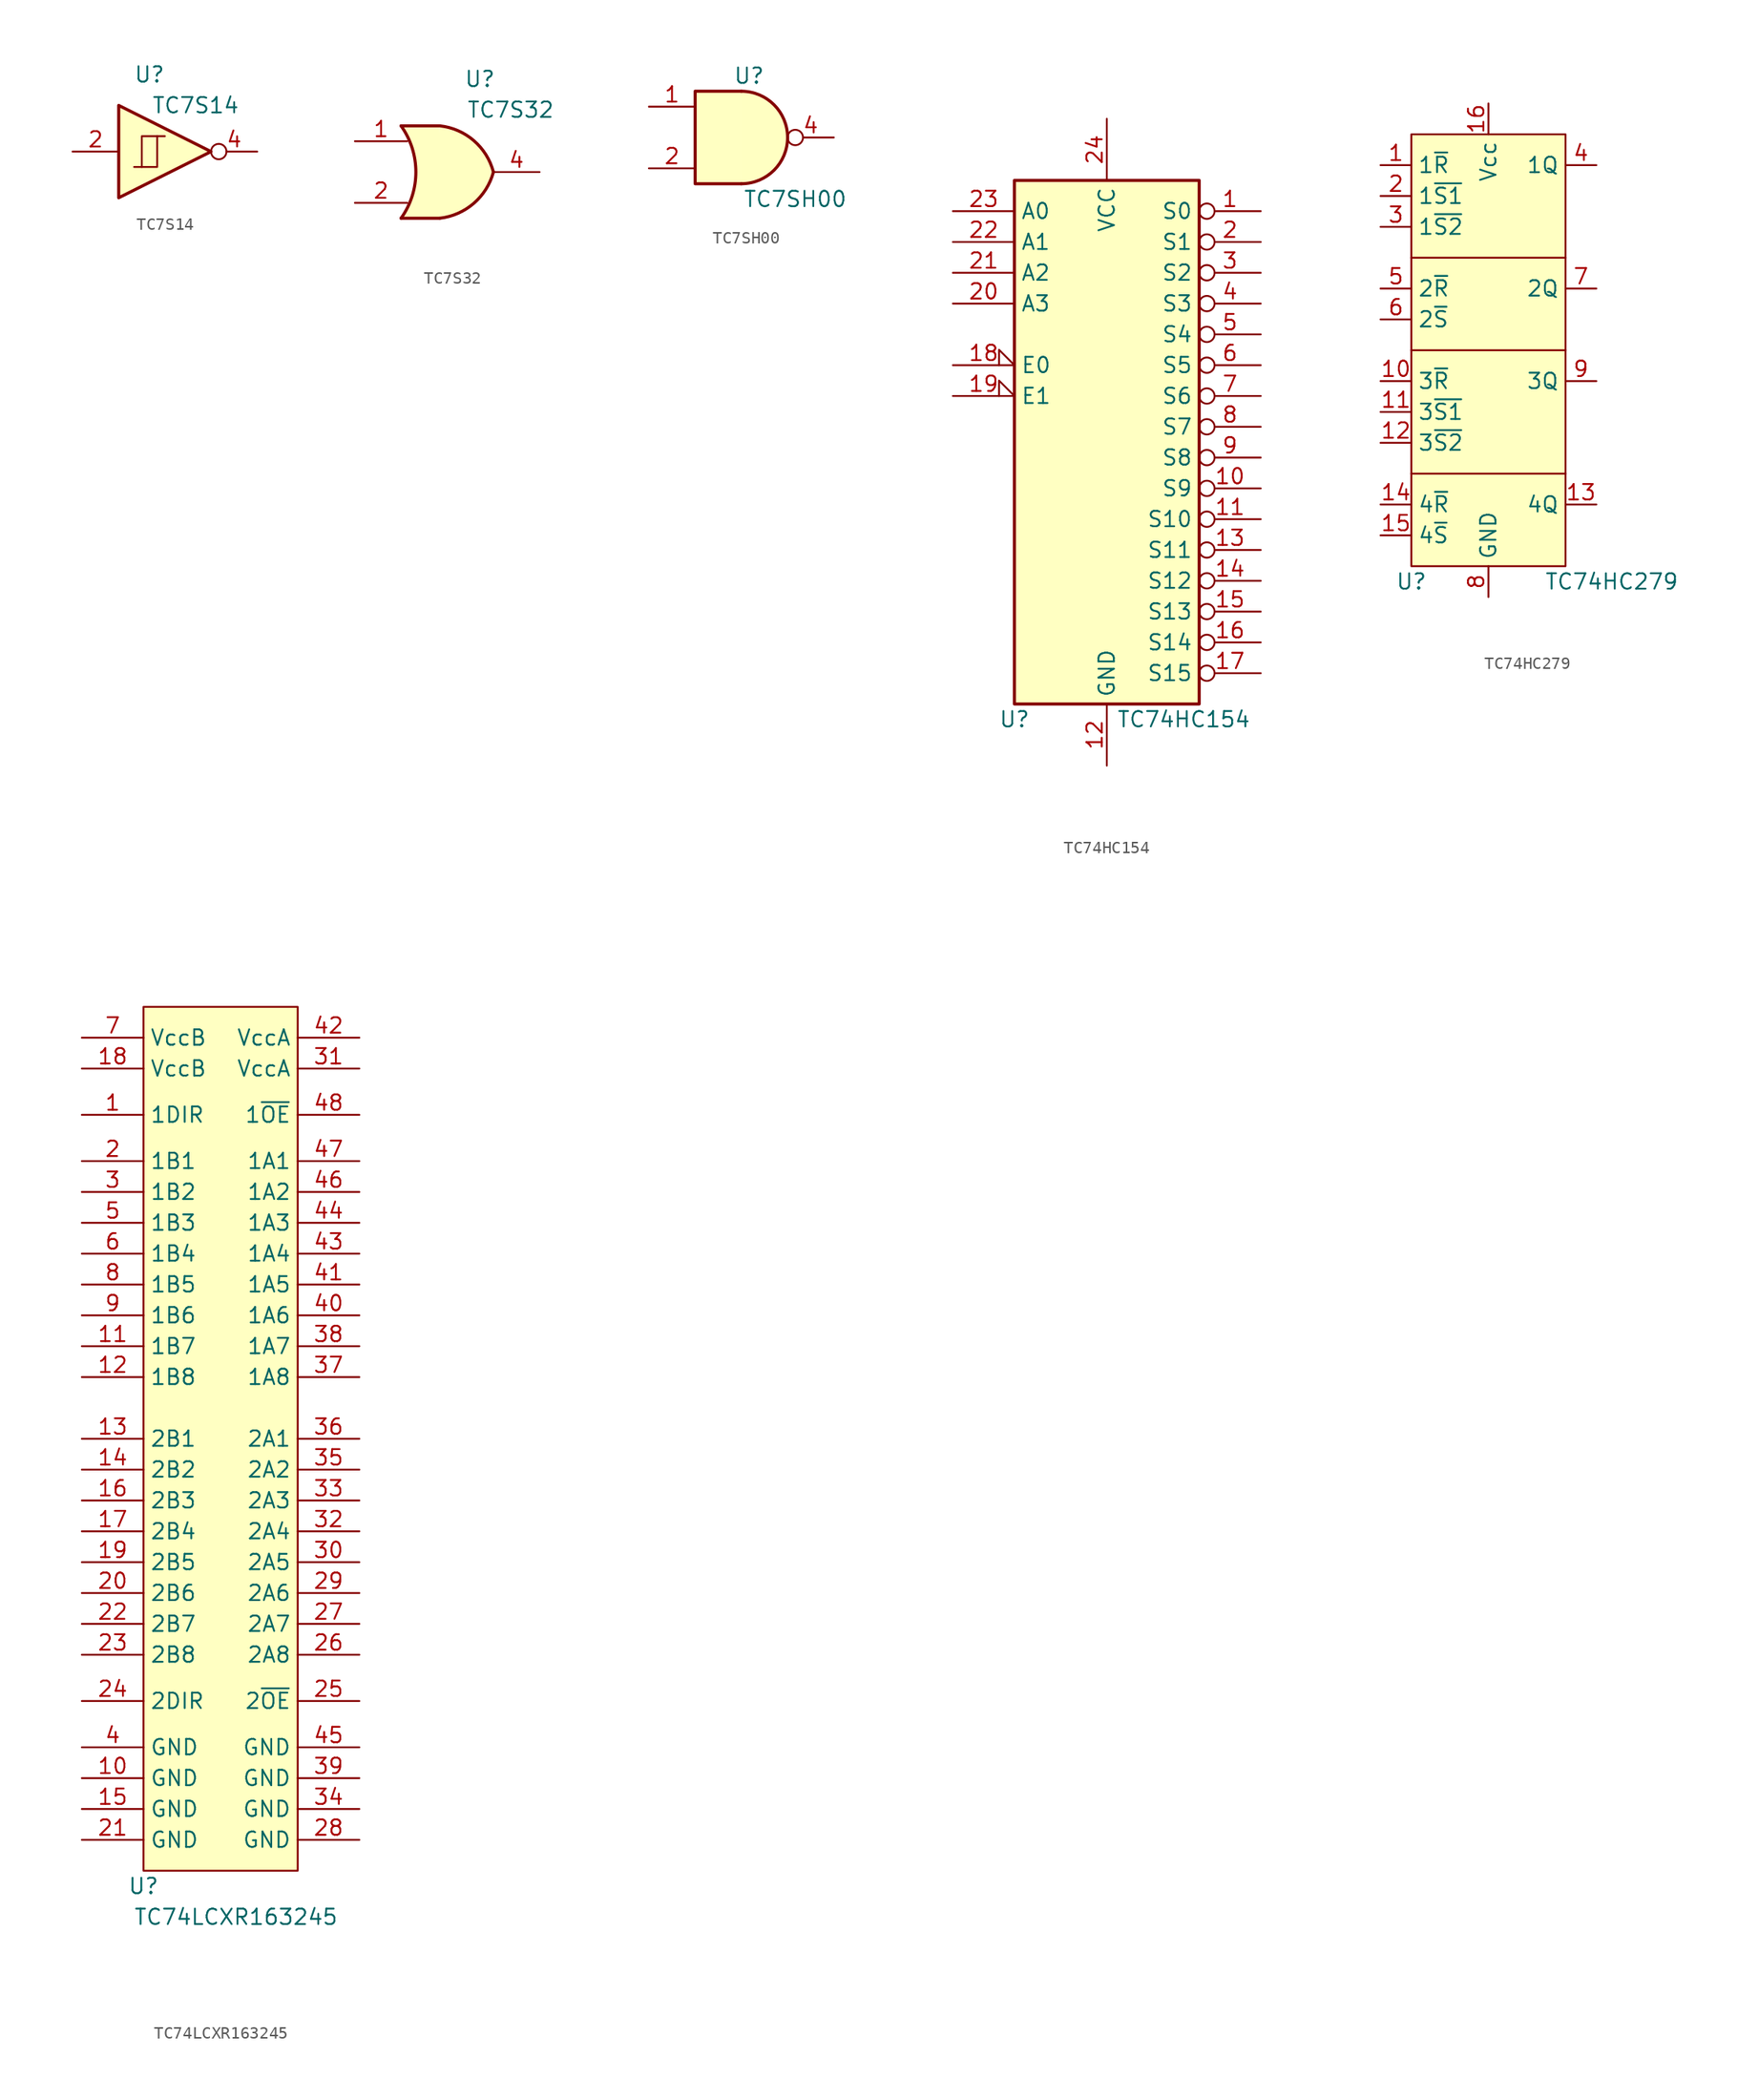
<source format=kicad_sym>
(kicad_symbol_lib
  (version 20211014)
  (generator kicad_symbol_editor)
  (symbol "TC7S14"
    (property "Reference" "U"
      (at 0 6.35 0)
      (effects (font (size 1.27 1.27))))
    (property "Value" "TC7S14"
      (at 3.81 3.81 0)
      (effects (font (size 1.27 1.27))))
    (symbol "TC7S14_1_0"
      (polyline (pts (xy -2.54 3.81) (xy -2.54 -3.81) (xy 5.08 0) (xy -2.54 3.81)) (stroke (width 0.254) (type default) (color 0 0 0 0)) (fill (type background)))
      (pin input line (at -6.35 0 0) (length 3.81) (name "~" (effects (font (size 1.27 1.27)))) (number "2" (effects (font (size 1.27 1.27)))))
      (pin output inverted (at 8.89 0 180) (length 3.81) (name "~" (effects (font (size 1.27 1.27)))) (number "4" (effects (font (size 1.27 1.27))))))
    (symbol "TC7S14_1_1"
      (polyline (pts (xy -0.635 -1.27) (xy -0.635 1.27) (xy 0.635 1.27)) (stroke (width 0) (type default) (color 0 0 0 0)) (fill (type none)))
      (polyline (pts (xy -1.27 -1.27) (xy 0.635 -1.27) (xy 0.635 1.27) (xy 1.27 1.27)) (stroke (width 0) (type default) (color 0 0 0 0)) (fill (type none)))))
  (symbol "TC7S32"
    (property "Reference" "U"
      (at 3.81 7.62 0)
      (effects (font (size 1.27 1.27))))
    (property "Value" "TC7S32"
      (at 6.35 5.08 0)
      (effects (font (size 1.27 1.27))))
    (symbol "TC7S32_1_1"
      (arc (start -2.6926 -3.8608) (mid -1.4716 -0.0508) (end -2.6926 3.7592) (stroke (width 0.254) (type default) (color 0 0 0 0)) (fill (type none)))
      (polyline (pts (xy -2.693 -3.861) (xy 0.482 -3.861)) (stroke (width 0.254) (type default) (color 0 0 0 0)) (fill (type background)))
      (polyline (pts (xy -2.693 3.759) (xy 0.482 3.759)) (stroke (width 0.254) (type default) (color 0 0 0 0)) (fill (type background)))
      (polyline (pts (xy 0.482 3.759) (xy -2.693 3.759) (xy -2.693 3.759) (xy -2.439 3.353) (xy -1.905 2.21) (xy -1.575 0.991) (xy -1.499 -0.305) (xy -1.651 -1.549) (xy -2.058 -2.769) (xy -2.693 -3.861) (xy -2.693 -3.861) (xy 0.482 -3.861)) (stroke (width -25.4) (type default) (color 0 0 0 0)) (fill (type background)))
      (arc (start 0.5078 -3.8608) (mid 3.3029 -2.6348) (end 4.9274 -0.0508) (stroke (width 0.254) (type default) (color 0 0 0 0)) (fill (type background)))
      (arc (start 4.9274 -0.0508) (mid 3.3102 2.5417) (end 0.5078 3.7592) (stroke (width 0.254) (type default) (color 0 0 0 0)) (fill (type background)))
      (pin input line (at -6.503 2.489 0) (length 4.318) (name "~" (effects (font (size 1.27 1.27)))) (number "1" (effects (font (size 1.27 1.27)))))
      (pin input line (at -6.503 -2.591 0) (length 4.318) (name "~" (effects (font (size 1.27 1.27)))) (number "2" (effects (font (size 1.27 1.27)))))
      (pin power_in line (at 0 -3.81 270) (length 2.54) hide (name "GND" (effects (font (size 1.27 1.27)))) (number "3" (effects (font (size 1.27 1.27)))))
      (pin output line (at 8.737 -0.051 180) (length 3.81) (name "~" (effects (font (size 1.27 1.27)))) (number "4" (effects (font (size 1.27 1.27)))))
      (pin power_in line (at 0 3.81 90) (length 2.54) hide (name "Vcc" (effects (font (size 1.27 1.27)))) (number "5" (effects (font (size 1.27 1.27)))))))
  (symbol "TC7SH00"
    (property "Reference" "U"
      (at 0.635 5.08 0)
      (effects (font (size 1.27 1.27))))
    (property "Value" "TC7SH00"
      (at 4.445 -5.08 0)
      (effects (font (size 1.27 1.27))))
    (symbol "TC7SH00_1_1"
      (arc (start 0 -3.81) (mid 3.81 0) (end 0 3.81) (stroke (width 0.254) (type default) (color 0 0 0 0)) (fill (type background)))
      (polyline (pts (xy 0 3.81) (xy -3.81 3.81) (xy -3.81 -3.81) (xy 0 -3.81)) (stroke (width 0.254) (type default) (color 0 0 0 0)) (fill (type background)))
      (pin input line (at -7.62 2.54 0) (length 3.81) (name "~" (effects (font (size 1.27 1.27)))) (number "1" (effects (font (size 1.27 1.27)))))
      (pin input line (at -7.62 -2.54 0) (length 3.81) (name "~" (effects (font (size 1.27 1.27)))) (number "2" (effects (font (size 1.27 1.27)))))
      (pin output inverted (at 7.62 0 180) (length 3.81) (name "~" (effects (font (size 1.27 1.27)))) (number "4" (effects (font (size 1.27 1.27)))))))
  (symbol "TC74HC154"
    (property "Reference" "U"
      (at -7.62 -24.13 0)
      (effects (font (size 1.27 1.27))))
    (property "Value" "TC74HC154"
      (at 6.35 -24.13 0)
      (effects (font (size 1.27 1.27))))
    (symbol "TC74HC154_1_0"
      (pin output inverted (at 12.7 17.78 180) (length 5.08) (name "S0" (effects (font (size 1.27 1.27)))) (number "1" (effects (font (size 1.27 1.27)))))
      (pin output inverted (at 12.7 -5.08 180) (length 5.08) (name "S9" (effects (font (size 1.27 1.27)))) (number "10" (effects (font (size 1.27 1.27)))))
      (pin output inverted (at 12.7 -7.62 180) (length 5.08) (name "S10" (effects (font (size 1.27 1.27)))) (number "11" (effects (font (size 1.27 1.27)))))
      (pin power_in line (at 0 -27.94 90) (length 5.08) (name "GND" (effects (font (size 1.27 1.27)))) (number "12" (effects (font (size 1.27 1.27)))))
      (pin output inverted (at 12.7 -10.16 180) (length 5.08) (name "S11" (effects (font (size 1.27 1.27)))) (number "13" (effects (font (size 1.27 1.27)))))
      (pin output inverted (at 12.7 -12.7 180) (length 5.08) (name "S12" (effects (font (size 1.27 1.27)))) (number "14" (effects (font (size 1.27 1.27)))))
      (pin output inverted (at 12.7 -15.24 180) (length 5.08) (name "S13" (effects (font (size 1.27 1.27)))) (number "15" (effects (font (size 1.27 1.27)))))
      (pin output inverted (at 12.7 -17.78 180) (length 5.08) (name "S14" (effects (font (size 1.27 1.27)))) (number "16" (effects (font (size 1.27 1.27)))))
      (pin output inverted (at 12.7 -20.32 180) (length 5.08) (name "S15" (effects (font (size 1.27 1.27)))) (number "17" (effects (font (size 1.27 1.27)))))
      (pin input input_low (at -12.7 5.08 0) (length 5.08) (name "E0" (effects (font (size 1.27 1.27)))) (number "18" (effects (font (size 1.27 1.27)))))
      (pin input input_low (at -12.7 2.54 0) (length 5.08) (name "E1" (effects (font (size 1.27 1.27)))) (number "19" (effects (font (size 1.27 1.27)))))
      (pin output inverted (at 12.7 15.24 180) (length 5.08) (name "S1" (effects (font (size 1.27 1.27)))) (number "2" (effects (font (size 1.27 1.27)))))
      (pin input line (at -12.7 10.16 0) (length 5.08) (name "A3" (effects (font (size 1.27 1.27)))) (number "20" (effects (font (size 1.27 1.27)))))
      (pin input line (at -12.7 12.7 0) (length 5.08) (name "A2" (effects (font (size 1.27 1.27)))) (number "21" (effects (font (size 1.27 1.27)))))
      (pin input line (at -12.7 15.24 0) (length 5.08) (name "A1" (effects (font (size 1.27 1.27)))) (number "22" (effects (font (size 1.27 1.27)))))
      (pin input line (at -12.7 17.78 0) (length 5.08) (name "A0" (effects (font (size 1.27 1.27)))) (number "23" (effects (font (size 1.27 1.27)))))
      (pin power_in line (at 0 25.4 270) (length 5.08) (name "VCC" (effects (font (size 1.27 1.27)))) (number "24" (effects (font (size 1.27 1.27)))))
      (pin output inverted (at 12.7 12.7 180) (length 5.08) (name "S2" (effects (font (size 1.27 1.27)))) (number "3" (effects (font (size 1.27 1.27)))))
      (pin output inverted (at 12.7 10.16 180) (length 5.08) (name "S3" (effects (font (size 1.27 1.27)))) (number "4" (effects (font (size 1.27 1.27)))))
      (pin output inverted (at 12.7 7.62 180) (length 5.08) (name "S4" (effects (font (size 1.27 1.27)))) (number "5" (effects (font (size 1.27 1.27)))))
      (pin output inverted (at 12.7 5.08 180) (length 5.08) (name "S5" (effects (font (size 1.27 1.27)))) (number "6" (effects (font (size 1.27 1.27)))))
      (pin output inverted (at 12.7 2.54 180) (length 5.08) (name "S6" (effects (font (size 1.27 1.27)))) (number "7" (effects (font (size 1.27 1.27)))))
      (pin output inverted (at 12.7 0 180) (length 5.08) (name "S7" (effects (font (size 1.27 1.27)))) (number "8" (effects (font (size 1.27 1.27)))))
      (pin output inverted (at 12.7 -2.54 180) (length 5.08) (name "S8" (effects (font (size 1.27 1.27)))) (number "9" (effects (font (size 1.27 1.27))))))
    (symbol "TC74HC154_1_1"
      (rectangle (start -7.62 20.32) (end 7.62 -22.86) (stroke (width 0.254) (type default) (color 0 0 0 0)) (fill (type background)))))
  (symbol "TC74HC279"
    (property "Reference" "U"
      (at -6.35 -19.05 0)
      (effects (font (size 1.27 1.27))))
    (property "Value" "TC74HC279"
      (at 10.16 -19.05 0)
      (effects (font (size 1.27 1.27))))
    (symbol "TC74HC279_0_1"
      (rectangle (start -6.35 17.78) (end 6.35 -17.78) (stroke (width 0) (type default) (color 0 0 0 0)) (fill (type background)))
      (polyline (pts (xy -6.35 -10.16) (xy 6.35 -10.16)) (stroke (width 0) (type default) (color 0 0 0 0)) (fill (type none)))
      (polyline (pts (xy -6.35 0) (xy 6.35 0)) (stroke (width 0) (type default) (color 0 0 0 0)) (fill (type none)))
      (polyline (pts (xy -6.35 7.62) (xy 6.35 7.62)) (stroke (width 0) (type default) (color 0 0 0 0)) (fill (type none))))
    (symbol "TC74HC279_1_1"
      (pin input line (at -8.89 15.24 0) (length 2.54) (name "1~{R}" (effects (font (size 1.27 1.27)))) (number "1" (effects (font (size 1.27 1.27)))))
      (pin input line (at -8.89 -2.54 0) (length 2.54) (name "3~{R}" (effects (font (size 1.27 1.27)))) (number "10" (effects (font (size 1.27 1.27)))))
      (pin input line (at -8.89 -5.08 0) (length 2.54) (name "3~{S1}" (effects (font (size 1.27 1.27)))) (number "11" (effects (font (size 1.27 1.27)))))
      (pin input line (at -8.89 -7.62 0) (length 2.54) (name "3~{S2}" (effects (font (size 1.27 1.27)))) (number "12" (effects (font (size 1.27 1.27)))))
      (pin output line (at 8.89 -12.7 180) (length 2.54) (name "4Q" (effects (font (size 1.27 1.27)))) (number "13" (effects (font (size 1.27 1.27)))))
      (pin input line (at -8.89 -12.7 0) (length 2.54) (name "4~{R}" (effects (font (size 1.27 1.27)))) (number "14" (effects (font (size 1.27 1.27)))))
      (pin input line (at -8.89 -15.24 0) (length 2.54) (name "4~{S}" (effects (font (size 1.27 1.27)))) (number "15" (effects (font (size 1.27 1.27)))))
      (pin power_in line (at 0 20.32 270) (length 2.54) (name "Vcc" (effects (font (size 1.27 1.27)))) (number "16" (effects (font (size 1.27 1.27)))))
      (pin input line (at -8.89 12.7 0) (length 2.54) (name "1~{S1}" (effects (font (size 1.27 1.27)))) (number "2" (effects (font (size 1.27 1.27)))))
      (pin input line (at -8.89 10.16 0) (length 2.54) (name "1~{S2}" (effects (font (size 1.27 1.27)))) (number "3" (effects (font (size 1.27 1.27)))))
      (pin output line (at 8.89 15.24 180) (length 2.54) (name "1Q" (effects (font (size 1.27 1.27)))) (number "4" (effects (font (size 1.27 1.27)))))
      (pin input line (at -8.89 5.08 0) (length 2.54) (name "2~{R}" (effects (font (size 1.27 1.27)))) (number "5" (effects (font (size 1.27 1.27)))))
      (pin input line (at -8.89 2.54 0) (length 2.54) (name "2~{S}" (effects (font (size 1.27 1.27)))) (number "6" (effects (font (size 1.27 1.27)))))
      (pin output line (at 8.89 5.08 180) (length 2.54) (name "2Q" (effects (font (size 1.27 1.27)))) (number "7" (effects (font (size 1.27 1.27)))))
      (pin power_in line (at 0 -20.32 90) (length 2.54) (name "GND" (effects (font (size 1.27 1.27)))) (number "8" (effects (font (size 1.27 1.27)))))
      (pin output line (at 8.89 -2.54 180) (length 2.54) (name "3Q" (effects (font (size 1.27 1.27)))) (number "9" (effects (font (size 1.27 1.27)))))))
  (symbol "TC74LCXR163245"
    (property "Reference" "U"
      (at -6.35 -33.02 0)
      (effects (font (size 1.27 1.27))))
    (property "Value" "TC74LCXR163245"
      (at 1.27 -35.56 0)
      (effects (font (size 1.27 1.27))))
    (symbol "TC74LCXR163245_0_1"
      (rectangle (start -6.35 39.37) (end 6.35 -31.75) (stroke (width 0) (type default) (color 0 0 0 0)) (fill (type background))))
    (symbol "TC74LCXR163245_1_1"
      (pin input line (at -11.43 30.48 0) (length 5.08) (name "1DIR" (effects (font (size 1.27 1.27)))) (number "1" (effects (font (size 1.27 1.27)))))
      (pin power_in line (at -11.43 -24.13 0) (length 5.08) (name "GND" (effects (font (size 1.27 1.27)))) (number "10" (effects (font (size 1.27 1.27)))))
      (pin tri_state line (at -11.43 11.43 0) (length 5.08) (name "1B7" (effects (font (size 1.27 1.27)))) (number "11" (effects (font (size 1.27 1.27)))))
      (pin tri_state line (at -11.43 8.89 0) (length 5.08) (name "1B8" (effects (font (size 1.27 1.27)))) (number "12" (effects (font (size 1.27 1.27)))))
      (pin tri_state line (at -11.43 3.81 0) (length 5.08) (name "2B1" (effects (font (size 1.27 1.27)))) (number "13" (effects (font (size 1.27 1.27)))))
      (pin tri_state line (at -11.43 1.27 0) (length 5.08) (name "2B2" (effects (font (size 1.27 1.27)))) (number "14" (effects (font (size 1.27 1.27)))))
      (pin power_in line (at -11.43 -26.67 0) (length 5.08) (name "GND" (effects (font (size 1.27 1.27)))) (number "15" (effects (font (size 1.27 1.27)))))
      (pin tri_state line (at -11.43 -1.27 0) (length 5.08) (name "2B3" (effects (font (size 1.27 1.27)))) (number "16" (effects (font (size 1.27 1.27)))))
      (pin tri_state line (at -11.43 -3.81 0) (length 5.08) (name "2B4" (effects (font (size 1.27 1.27)))) (number "17" (effects (font (size 1.27 1.27)))))
      (pin power_in line (at -11.43 34.29 0) (length 5.08) (name "VccB" (effects (font (size 1.27 1.27)))) (number "18" (effects (font (size 1.27 1.27)))))
      (pin tri_state line (at -11.43 -6.35 0) (length 5.08) (name "2B5" (effects (font (size 1.27 1.27)))) (number "19" (effects (font (size 1.27 1.27)))))
      (pin tri_state line (at -11.43 26.67 0) (length 5.08) (name "1B1" (effects (font (size 1.27 1.27)))) (number "2" (effects (font (size 1.27 1.27)))))
      (pin tri_state line (at -11.43 -8.89 0) (length 5.08) (name "2B6" (effects (font (size 1.27 1.27)))) (number "20" (effects (font (size 1.27 1.27)))))
      (pin power_in line (at -11.43 -29.21 0) (length 5.08) (name "GND" (effects (font (size 1.27 1.27)))) (number "21" (effects (font (size 1.27 1.27)))))
      (pin tri_state line (at -11.43 -11.43 0) (length 5.08) (name "2B7" (effects (font (size 1.27 1.27)))) (number "22" (effects (font (size 1.27 1.27)))))
      (pin tri_state line (at -11.43 -13.97 0) (length 5.08) (name "2B8" (effects (font (size 1.27 1.27)))) (number "23" (effects (font (size 1.27 1.27)))))
      (pin input line (at -11.43 -17.78 0) (length 5.08) (name "2DIR" (effects (font (size 1.27 1.27)))) (number "24" (effects (font (size 1.27 1.27)))))
      (pin input line (at 11.43 -17.78 180) (length 5.08) (name "2~{OE}" (effects (font (size 1.27 1.27)))) (number "25" (effects (font (size 1.27 1.27)))))
      (pin tri_state line (at 11.43 -13.97 180) (length 5.08) (name "2A8" (effects (font (size 1.27 1.27)))) (number "26" (effects (font (size 1.27 1.27)))))
      (pin tri_state line (at 11.43 -11.43 180) (length 5.08) (name "2A7" (effects (font (size 1.27 1.27)))) (number "27" (effects (font (size 1.27 1.27)))))
      (pin power_in line (at 11.43 -29.21 180) (length 5.08) (name "GND" (effects (font (size 1.27 1.27)))) (number "28" (effects (font (size 1.27 1.27)))))
      (pin tri_state line (at 11.43 -8.89 180) (length 5.08) (name "2A6" (effects (font (size 1.27 1.27)))) (number "29" (effects (font (size 1.27 1.27)))))
      (pin tri_state line (at -11.43 24.13 0) (length 5.08) (name "1B2" (effects (font (size 1.27 1.27)))) (number "3" (effects (font (size 1.27 1.27)))))
      (pin tri_state line (at 11.43 -6.35 180) (length 5.08) (name "2A5" (effects (font (size 1.27 1.27)))) (number "30" (effects (font (size 1.27 1.27)))))
      (pin power_in line (at 11.43 34.29 180) (length 5.08) (name "VccA" (effects (font (size 1.27 1.27)))) (number "31" (effects (font (size 1.27 1.27)))))
      (pin tri_state line (at 11.43 -3.81 180) (length 5.08) (name "2A4" (effects (font (size 1.27 1.27)))) (number "32" (effects (font (size 1.27 1.27)))))
      (pin tri_state line (at 11.43 -1.27 180) (length 5.08) (name "2A3" (effects (font (size 1.27 1.27)))) (number "33" (effects (font (size 1.27 1.27)))))
      (pin power_in line (at 11.43 -26.67 180) (length 5.08) (name "GND" (effects (font (size 1.27 1.27)))) (number "34" (effects (font (size 1.27 1.27)))))
      (pin tri_state line (at 11.43 1.27 180) (length 5.08) (name "2A2" (effects (font (size 1.27 1.27)))) (number "35" (effects (font (size 1.27 1.27)))))
      (pin tri_state line (at 11.43 3.81 180) (length 5.08) (name "2A1" (effects (font (size 1.27 1.27)))) (number "36" (effects (font (size 1.27 1.27)))))
      (pin tri_state line (at 11.43 8.89 180) (length 5.08) (name "1A8" (effects (font (size 1.27 1.27)))) (number "37" (effects (font (size 1.27 1.27)))))
      (pin tri_state line (at 11.43 11.43 180) (length 5.08) (name "1A7" (effects (font (size 1.27 1.27)))) (number "38" (effects (font (size 1.27 1.27)))))
      (pin power_in line (at 11.43 -24.13 180) (length 5.08) (name "GND" (effects (font (size 1.27 1.27)))) (number "39" (effects (font (size 1.27 1.27)))))
      (pin power_in line (at -11.43 -21.59 0) (length 5.08) (name "GND" (effects (font (size 1.27 1.27)))) (number "4" (effects (font (size 1.27 1.27)))))
      (pin tri_state line (at 11.43 13.97 180) (length 5.08) (name "1A6" (effects (font (size 1.27 1.27)))) (number "40" (effects (font (size 1.27 1.27)))))
      (pin tri_state line (at 11.43 16.51 180) (length 5.08) (name "1A5" (effects (font (size 1.27 1.27)))) (number "41" (effects (font (size 1.27 1.27)))))
      (pin power_in line (at 11.43 36.83 180) (length 5.08) (name "VccA" (effects (font (size 1.27 1.27)))) (number "42" (effects (font (size 1.27 1.27)))))
      (pin tri_state line (at 11.43 19.05 180) (length 5.08) (name "1A4" (effects (font (size 1.27 1.27)))) (number "43" (effects (font (size 1.27 1.27)))))
      (pin tri_state line (at 11.43 21.59 180) (length 5.08) (name "1A3" (effects (font (size 1.27 1.27)))) (number "44" (effects (font (size 1.27 1.27)))))
      (pin power_in line (at 11.43 -21.59 180) (length 5.08) (name "GND" (effects (font (size 1.27 1.27)))) (number "45" (effects (font (size 1.27 1.27)))))
      (pin tri_state line (at 11.43 24.13 180) (length 5.08) (name "1A2" (effects (font (size 1.27 1.27)))) (number "46" (effects (font (size 1.27 1.27)))))
      (pin tri_state line (at 11.43 26.67 180) (length 5.08) (name "1A1" (effects (font (size 1.27 1.27)))) (number "47" (effects (font (size 1.27 1.27)))))
      (pin input line (at 11.43 30.48 180) (length 5.08) (name "1~{OE}" (effects (font (size 1.27 1.27)))) (number "48" (effects (font (size 1.27 1.27)))))
      (pin tri_state line (at -11.43 21.59 0) (length 5.08) (name "1B3" (effects (font (size 1.27 1.27)))) (number "5" (effects (font (size 1.27 1.27)))))
      (pin tri_state line (at -11.43 19.05 0) (length 5.08) (name "1B4" (effects (font (size 1.27 1.27)))) (number "6" (effects (font (size 1.27 1.27)))))
      (pin power_in line (at -11.43 36.83 0) (length 5.08) (name "VccB" (effects (font (size 1.27 1.27)))) (number "7" (effects (font (size 1.27 1.27)))))
      (pin tri_state line (at -11.43 16.51 0) (length 5.08) (name "1B5" (effects (font (size 1.27 1.27)))) (number "8" (effects (font (size 1.27 1.27)))))
      (pin tri_state line (at -11.43 13.97 0) (length 5.08) (name "1B6" (effects (font (size 1.27 1.27)))) (number "9" (effects (font (size 1.27 1.27))))))))
</source>
